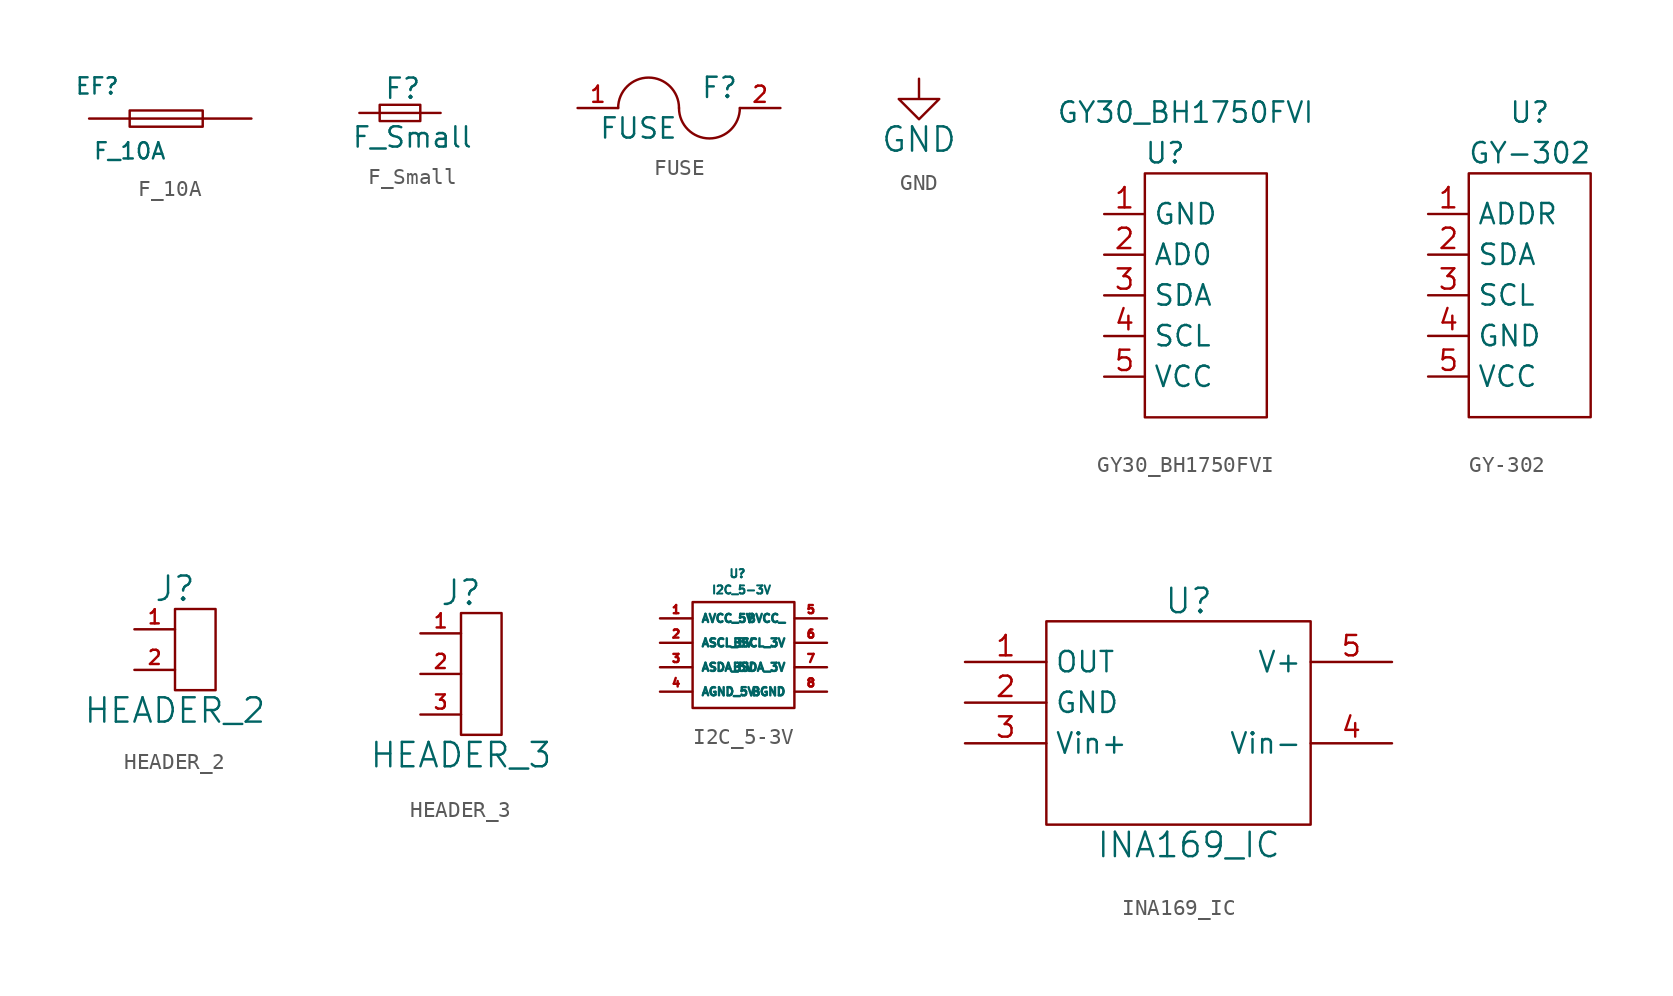
<source format=kicad_sym>
(kicad_symbol_lib
  (version 20201005)
  (generator kicad_symbol_editor)
  (symbol "Zimprich:F_10A"
    (pin_numbers hide)
    (pin_names
      (offset 0.254))
    (property "Reference" "EF"
      (at -4.572 2.032 0)
      (effects (font (size 1.016 1.016))))
    (property "Value" "F_10A"
      (at -2.54 -2.032 0)
      (effects (font (size 1.016 1.016))))
    (property "Footprint" ""
      (at 0 0 0)
      (effects (font (size 1.524 1.524))))
    (property "Datasheet" ""
      (at 0 0 0)
      (effects (font (size 1.524 1.524))))
    (symbol "F_10A_0_1"
      (polyline (pts (xy 2.032 0) (xy -2.54 0) (xy -2.54 0) (xy -2.54 0)) (stroke (width 0)) (fill (type none)))
      (polyline (pts (xy -2.54 0.508) (xy -2.54 -0.508) (xy 2.032 -0.508) (xy 2.032 0.508) (xy -2.54 0.508) (xy -2.54 0.508)) (stroke (width 0)) (fill (type none))))
    (symbol "F_10A_1_1"
      (pin power_in line (at 5.08 0 180) (length 3.048) (name "~" (effects (font (size 1.016 1.016)))) (number "1" (effects (font (size 0.254 0.254)))))
      (pin power_out line (at -5.08 0 0) (length 2.54) (name "~" (effects (font (size 1.016 1.016)))) (number "2" (effects (font (size 0.254 0.254)))))))
  (symbol "Zimprich:F_Small"
    (pin_numbers hide)
    (pin_names
      (offset 0.254) hide)
    (property "Reference" "F"
      (at -1.016 1.524 0)
      (effects (font (size 1.27 1.27)) (justify left)))
    (property "Value" "F_Small"
      (at -3.048 -1.524 0)
      (effects (font (size 1.27 1.27)) (justify left)))
    (property "Footprint" ""
      (at 0 0 0)
      (effects (font (size 1.524 1.524))))
    (property "Datasheet" ""
      (at 0 0 0)
      (effects (font (size 1.524 1.524))))
    (symbol "F_Small_0_1"
      (rectangle (start -1.27 0.508) (end 1.27 -0.508) (stroke (width 0)) (fill (type none)))
      (polyline (pts (xy -1.27 0) (xy 1.27 0)) (stroke (width 0)) (fill (type none))))
    (symbol "F_Small_1_1"
      (pin passive line (at -2.54 0 0) (length 1.27) (name "~" (effects (font (size 1.016 1.016)))) (number "1" (effects (font (size 1.016 1.016)))))
      (pin passive line (at 2.54 0 180) (length 1.27) (name "~" (effects (font (size 1.016 1.016)))) (number "2" (effects (font (size 1.016 1.016)))))))
  (symbol "Zimprich:FUSE"
    (pin_names
      (offset 0.254))
    (property "Reference" "F"
      (at 2.54 1.27 0)
      (effects (font (size 1.27 1.27))))
    (property "Value" "FUSE"
      (at -2.54 -1.27 0)
      (effects (font (size 1.27 1.27))))
    (property "Footprint" ""
      (at 0 0 0)
      (effects (font (size 1.524 1.524))))
    (property "Datasheet" ""
      (at 0 0 0)
      (effects (font (size 1.524 1.524))))
    (symbol "FUSE_0_1"
      (arc (start 0 0) (end -3.81 0) (radius (at -1.905 0) (length 1.905) (angles 0.1 179.9)) (stroke (width 0)) (fill (type none)))
      (arc (start 0 0) (end 3.81 0) (radius (at 1.905 0) (length 1.905) (angles -179.9 -0.1)) (stroke (width 0)) (fill (type none))))
    (symbol "FUSE_1_1"
      (pin input line (at -6.35 0 0) (length 2.54) (name "~" (effects (font (size 1.016 1.016)))) (number "1" (effects (font (size 1.016 1.016)))))
      (pin input line (at 6.35 0 180) (length 2.54) (name "~" (effects (font (size 1.016 1.016)))) (number "2" (effects (font (size 1.016 1.016)))))))
  (symbol "Zimprich:GND"
    (power)
    (pin_names
      (offset 0))
    (property "Reference" "#PWR"
      (at 0 -6.35 0)
      (effects (font (size 1.524 1.524)) hide))
    (property "Value" "GND"
      (at 0 -3.81 0)
      (effects (font (size 1.524 1.524))))
    (property "Footprint" ""
      (at 0 0 0)
      (effects (font (size 1.524 1.524))))
    (property "Datasheet" ""
      (at 0 0 0)
      (effects (font (size 1.524 1.524))))
    (symbol "GND_0_1"
      (polyline (pts (xy 0 0) (xy 0 -1.27) (xy 1.27 -1.27) (xy 0 -2.54) (xy -1.27 -1.27) (xy 0 -1.27)) (stroke (width 0)) (fill (type none))))
    (symbol "GND_1_1"
      (pin power_in line (at 0 0 270) (length 0) hide (name "GND" (effects (font (size 1.27 1.27)))) (number "1" (effects (font (size 1.27 1.27)))))))
  (symbol "Zimprich:GY30_BH1750FVI"
    (property "Reference" "U"
      (at 1.27 8.89 0)
      (effects (font (size 1.27 1.27))))
    (property "Value" "GY30_BH1750FVI"
      (at 2.54 11.43 0)
      (effects (font (size 1.27 1.27))))
    (symbol "GY30_BH1750FVI_0_1"
      (rectangle (start 0 7.62) (end 7.62 -7.62) (stroke (width 0)) (fill (type none))))
    (symbol "GY30_BH1750FVI_1_1"
      (pin input line (at -2.54 5.08 0) (length 2.54) (name "GND" (effects (font (size 1.27 1.27)))) (number "1" (effects (font (size 1.27 1.27)))))
      (pin input line (at -2.54 2.54 0) (length 2.54) (name "AD0" (effects (font (size 1.27 1.27)))) (number "2" (effects (font (size 1.27 1.27)))))
      (pin input line (at -2.54 0 0) (length 2.54) (name "SDA" (effects (font (size 1.27 1.27)))) (number "3" (effects (font (size 1.27 1.27)))))
      (pin input line (at -2.54 -2.54 0) (length 2.54) (name "SCL" (effects (font (size 1.27 1.27)))) (number "4" (effects (font (size 1.27 1.27)))))
      (pin input line (at -2.54 -5.08 0) (length 2.54) (name "VCC" (effects (font (size 1.27 1.27)))) (number "5" (effects (font (size 1.27 1.27)))))))
  (symbol "Zimprich:GY-302"
    (property "Reference" "U"
      (at 0 11.43 0)
      (effects (font (size 1.27 1.27))))
    (property "Value" "GY-302"
      (at 0 8.89 0)
      (effects (font (size 1.27 1.27))))
    (symbol "GY-302_0_1"
      (rectangle (start -3.81 7.62) (end 3.81 -7.62) (stroke (width 0)) (fill (type none))))
    (symbol "GY-302_1_1"
      (pin input line (at -6.35 5.08 0) (length 2.54) (name "ADDR" (effects (font (size 1.27 1.27)))) (number "1" (effects (font (size 1.27 1.27)))))
      (pin input line (at -6.35 2.54 0) (length 2.54) (name "SDA" (effects (font (size 1.27 1.27)))) (number "2" (effects (font (size 1.27 1.27)))))
      (pin input line (at -6.35 0 0) (length 2.54) (name "SCL" (effects (font (size 1.27 1.27)))) (number "3" (effects (font (size 1.27 1.27)))))
      (pin input line (at -6.35 -2.54 0) (length 2.54) (name "GND" (effects (font (size 1.27 1.27)))) (number "4" (effects (font (size 1.27 1.27)))))
      (pin input line (at -6.35 -5.08 0) (length 2.54) (name "VCC" (effects (font (size 1.27 1.27)))) (number "5" (effects (font (size 1.27 1.27)))))))
  (symbol "Zimprich:HEADER_2"
    (pin_names
      (offset 0))
    (property "Reference" "J"
      (at 0 3.81 0)
      (effects (font (size 1.524 1.524))))
    (property "Value" "HEADER_2"
      (at 0 -3.81 0)
      (effects (font (size 1.524 1.524))))
    (property "Footprint" ""
      (at 0 0 0)
      (effects (font (size 1.524 1.524))))
    (property "Datasheet" ""
      (at 0 0 0)
      (effects (font (size 1.524 1.524))))
    (symbol "HEADER_2_0_1"
      (rectangle (start 2.54 2.54) (end 0 -2.54) (stroke (width 0)) (fill (type none))))
    (symbol "HEADER_2_1_1"
      (pin passive line (at -2.54 1.27 0) (length 2.54) (name "~" (effects (font (size 1.27 1.27)))) (number "1" (effects (font (size 0.889 0.889)))))
      (pin passive line (at -2.54 -1.27 0) (length 2.54) (name "~" (effects (font (size 1.27 1.27)))) (number "2" (effects (font (size 0.889 0.889)))))))
  (symbol "Zimprich:HEADER_3"
    (pin_names
      (offset 0))
    (property "Reference" "J"
      (at 0 5.08 0)
      (effects (font (size 1.524 1.524))))
    (property "Value" "HEADER_3"
      (at 0 -5.08 0)
      (effects (font (size 1.524 1.524))))
    (property "Footprint" ""
      (at 0 0 0)
      (effects (font (size 1.524 1.524))))
    (property "Datasheet" ""
      (at 0 0 0)
      (effects (font (size 1.524 1.524))))
    (symbol "HEADER_3_0_1"
      (rectangle (start 2.54 3.81) (end 0 -3.81) (stroke (width 0)) (fill (type none))))
    (symbol "HEADER_3_1_1"
      (pin passive line (at -2.54 2.54 0) (length 2.54) (name "~" (effects (font (size 1.27 1.27)))) (number "1" (effects (font (size 0.889 0.889)))))
      (pin passive line (at -2.54 0 0) (length 2.54) (name "~" (effects (font (size 1.27 1.27)))) (number "2" (effects (font (size 0.889 0.889)))))
      (pin passive line (at -2.54 -2.54 0) (length 2.54) (name "~" (effects (font (size 1.27 1.27)))) (number "3" (effects (font (size 0.889 0.889)))))))
  (symbol "Zimprich:I2C_5-3V"
    (property "Reference" "U"
      (at -0.254 4.826 0)
      (effects (font (size 0.508 0.508))))
    (property "Value" "I2C_5-3V"
      (at 0 3.81 0)
      (effects (font (size 0.508 0.508))))
    (property "Footprint" ""
      (at 0 0 0)
      (effects (font (size 1.524 1.524))))
    (property "Datasheet" ""
      (at 0 0 0)
      (effects (font (size 1.524 1.524))))
    (symbol "I2C_5-3V_0_1"
      (rectangle (start -3.048 3.048) (end 3.302 -3.556) (stroke (width 0)) (fill (type none))))
    (symbol "I2C_5-3V_1_1"
      (pin input line (at -5.08 2.032 0) (length 2.007) (name "AVCC_5V" (effects (font (size 0.508 0.508)))) (number "1" (effects (font (size 0.508 0.508)))))
      (pin input line (at -5.08 0.508 0) (length 2.007) (name "ASCL_5V" (effects (font (size 0.508 0.508)))) (number "2" (effects (font (size 0.508 0.508)))))
      (pin input line (at -5.08 -1.016 0) (length 2.007) (name "ASDA_5V" (effects (font (size 0.508 0.508)))) (number "3" (effects (font (size 0.508 0.508)))))
      (pin input line (at -5.08 -2.54 0) (length 2.007) (name "AGND_5V" (effects (font (size 0.508 0.508)))) (number "4" (effects (font (size 0.508 0.508)))))
      (pin input line (at 5.334 2.032 180) (length 2.007) (name "BVCC_" (effects (font (size 0.508 0.508)))) (number "5" (effects (font (size 0.508 0.508)))))
      (pin input line (at 5.334 0.508 180) (length 2.007) (name "BSCL_3V" (effects (font (size 0.508 0.508)))) (number "6" (effects (font (size 0.508 0.508)))))
      (pin input line (at 5.334 -1.016 180) (length 2.007) (name "BSDA_3V" (effects (font (size 0.508 0.508)))) (number "7" (effects (font (size 0.508 0.508)))))
      (pin input line (at 5.334 -2.54 180) (length 2.007) (name "BGND" (effects (font (size 0.508 0.508)))) (number "8" (effects (font (size 0.508 0.508)))))))
  (symbol "Zimprich:INA169_IC"
    (property "Reference" "U"
      (at 0 7.62 0)
      (effects (font (size 1.524 1.524))))
    (property "Value" "INA169_IC"
      (at 0 -7.62 0)
      (effects (font (size 1.524 1.524))))
    (property "Footprint" ""
      (at 0 -7.62 0)
      (effects (font (size 1.524 1.524))))
    (property "Datasheet" ""
      (at 0 -7.62 0)
      (effects (font (size 1.524 1.524))))
    (symbol "INA169_IC_0_1"
      (rectangle (start -8.89 6.35) (end 7.62 -6.35) (stroke (width 0)) (fill (type none))))
    (symbol "INA169_IC_1_1"
      (pin output line (at -13.97 3.81 0) (length 5.08) (name "OUT" (effects (font (size 1.27 1.27)))) (number "1" (effects (font (size 1.27 1.27)))))
      (pin input line (at -13.97 1.27 0) (length 5.08) (name "GND" (effects (font (size 1.27 1.27)))) (number "2" (effects (font (size 1.27 1.27)))))
      (pin input line (at -13.97 -1.27 0) (length 5.08) (name "Vin+" (effects (font (size 1.27 1.27)))) (number "3" (effects (font (size 1.27 1.27)))))
      (pin input line (at 12.7 -1.27 180) (length 5.08) (name "Vin-" (effects (font (size 1.27 1.27)))) (number "4" (effects (font (size 1.27 1.27)))))
      (pin input line (at 12.7 3.81 180) (length 5.08) (name "V+" (effects (font (size 1.27 1.27)))) (number "5" (effects (font (size 1.27 1.27))))))))
</source>
